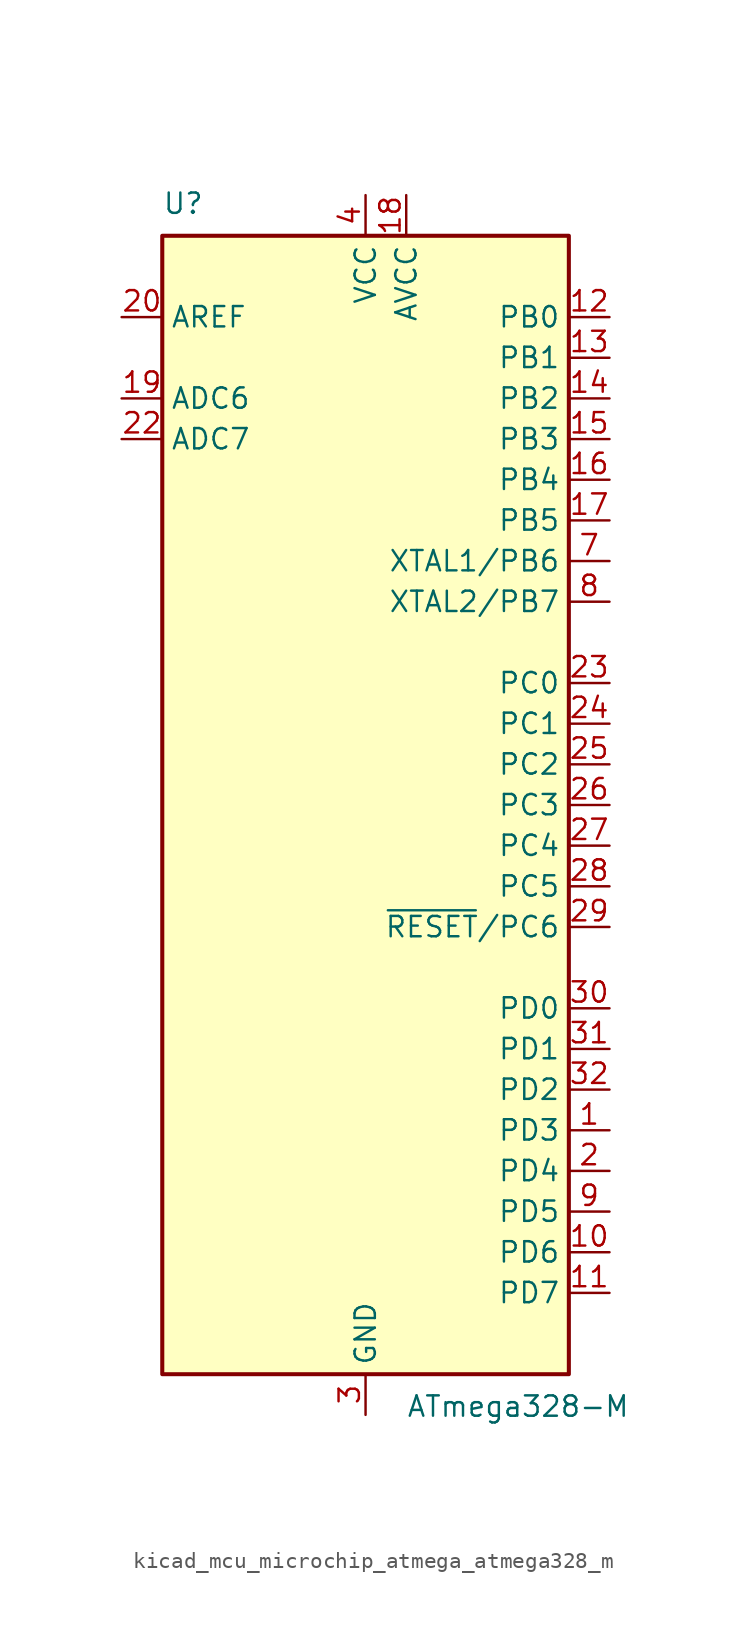
<source format=kicad_sym>
(kicad_symbol_lib
  (version 20220914)
  (generator kicad_symbol_editor)
  (symbol "kicad_mcu_microchip_atmega_atmega328_m"
    (property "Reference" "U"
      (at -12.7 36.83 0)
      (effects (font (size 1.27 1.27)) (justify left bottom)))
    (property "Value" "ATmega328-M"
      (at 2.54 -36.83 0)
      (effects (font (size 1.27 1.27)) (justify left top)))
    (symbol "kicad_mcu_microchip_atmega_atmega328_m_0_1"
      (rectangle (start -12.7 -35.56) (end 12.7 35.56) (stroke (width 0.254) (type default)) (fill (type background))))
    (symbol "kicad_mcu_microchip_atmega_atmega328_m_1_1"
      (pin bidirectional line (at 15.24 -20.32 180) (length 2.54) (name "PD3" (effects (font (size 1.27 1.27)))) (number "1" (effects (font (size 1.27 1.27)))))
      (pin bidirectional line (at 15.24 -27.94 180) (length 2.54) (name "PD6" (effects (font (size 1.27 1.27)))) (number "10" (effects (font (size 1.27 1.27)))))
      (pin bidirectional line (at 15.24 -30.48 180) (length 2.54) (name "PD7" (effects (font (size 1.27 1.27)))) (number "11" (effects (font (size 1.27 1.27)))))
      (pin bidirectional line (at 15.24 30.48 180) (length 2.54) (name "PB0" (effects (font (size 1.27 1.27)))) (number "12" (effects (font (size 1.27 1.27)))))
      (pin bidirectional line (at 15.24 27.94 180) (length 2.54) (name "PB1" (effects (font (size 1.27 1.27)))) (number "13" (effects (font (size 1.27 1.27)))))
      (pin bidirectional line (at 15.24 25.4 180) (length 2.54) (name "PB2" (effects (font (size 1.27 1.27)))) (number "14" (effects (font (size 1.27 1.27)))))
      (pin bidirectional line (at 15.24 22.86 180) (length 2.54) (name "PB3" (effects (font (size 1.27 1.27)))) (number "15" (effects (font (size 1.27 1.27)))))
      (pin bidirectional line (at 15.24 20.32 180) (length 2.54) (name "PB4" (effects (font (size 1.27 1.27)))) (number "16" (effects (font (size 1.27 1.27)))))
      (pin bidirectional line (at 15.24 17.78 180) (length 2.54) (name "PB5" (effects (font (size 1.27 1.27)))) (number "17" (effects (font (size 1.27 1.27)))))
      (pin power_in line (at 2.54 38.1 270) (length 2.54) (name "AVCC" (effects (font (size 1.27 1.27)))) (number "18" (effects (font (size 1.27 1.27)))))
      (pin input line (at -15.24 25.4 0) (length 2.54) (name "ADC6" (effects (font (size 1.27 1.27)))) (number "19" (effects (font (size 1.27 1.27)))))
      (pin bidirectional line (at 15.24 -22.86 180) (length 2.54) (name "PD4" (effects (font (size 1.27 1.27)))) (number "2" (effects (font (size 1.27 1.27)))))
      (pin passive line (at -15.24 30.48 0) (length 2.54) (name "AREF" (effects (font (size 1.27 1.27)))) (number "20" (effects (font (size 1.27 1.27)))))
      (pin passive line (at 0 -38.1 90) (length 2.54) hide (name "GND" (effects (font (size 1.27 1.27)))) (number "21" (effects (font (size 1.27 1.27)))))
      (pin input line (at -15.24 22.86 0) (length 2.54) (name "ADC7" (effects (font (size 1.27 1.27)))) (number "22" (effects (font (size 1.27 1.27)))))
      (pin bidirectional line (at 15.24 7.62 180) (length 2.54) (name "PC0" (effects (font (size 1.27 1.27)))) (number "23" (effects (font (size 1.27 1.27)))))
      (pin bidirectional line (at 15.24 5.08 180) (length 2.54) (name "PC1" (effects (font (size 1.27 1.27)))) (number "24" (effects (font (size 1.27 1.27)))))
      (pin bidirectional line (at 15.24 2.54 180) (length 2.54) (name "PC2" (effects (font (size 1.27 1.27)))) (number "25" (effects (font (size 1.27 1.27)))))
      (pin bidirectional line (at 15.24 0 180) (length 2.54) (name "PC3" (effects (font (size 1.27 1.27)))) (number "26" (effects (font (size 1.27 1.27)))))
      (pin bidirectional line (at 15.24 -2.54 180) (length 2.54) (name "PC4" (effects (font (size 1.27 1.27)))) (number "27" (effects (font (size 1.27 1.27)))))
      (pin bidirectional line (at 15.24 -5.08 180) (length 2.54) (name "PC5" (effects (font (size 1.27 1.27)))) (number "28" (effects (font (size 1.27 1.27)))))
      (pin bidirectional line (at 15.24 -7.62 180) (length 2.54) (name "~{RESET}/PC6" (effects (font (size 1.27 1.27)))) (number "29" (effects (font (size 1.27 1.27)))))
      (pin power_in line (at 0 -38.1 90) (length 2.54) (name "GND" (effects (font (size 1.27 1.27)))) (number "3" (effects (font (size 1.27 1.27)))))
      (pin bidirectional line (at 15.24 -12.7 180) (length 2.54) (name "PD0" (effects (font (size 1.27 1.27)))) (number "30" (effects (font (size 1.27 1.27)))))
      (pin bidirectional line (at 15.24 -15.24 180) (length 2.54) (name "PD1" (effects (font (size 1.27 1.27)))) (number "31" (effects (font (size 1.27 1.27)))))
      (pin bidirectional line (at 15.24 -17.78 180) (length 2.54) (name "PD2" (effects (font (size 1.27 1.27)))) (number "32" (effects (font (size 1.27 1.27)))))
      (pin passive line (at 0 -38.1 90) (length 2.54) hide (name "GND" (effects (font (size 1.27 1.27)))) (number "33" (effects (font (size 1.27 1.27)))))
      (pin power_in line (at 0 38.1 270) (length 2.54) (name "VCC" (effects (font (size 1.27 1.27)))) (number "4" (effects (font (size 1.27 1.27)))))
      (pin passive line (at 0 -38.1 90) (length 2.54) hide (name "GND" (effects (font (size 1.27 1.27)))) (number "5" (effects (font (size 1.27 1.27)))))
      (pin passive line (at 0 38.1 270) (length 2.54) hide (name "VCC" (effects (font (size 1.27 1.27)))) (number "6" (effects (font (size 1.27 1.27)))))
      (pin bidirectional line (at 15.24 15.24 180) (length 2.54) (name "XTAL1/PB6" (effects (font (size 1.27 1.27)))) (number "7" (effects (font (size 1.27 1.27)))))
      (pin bidirectional line (at 15.24 12.7 180) (length 2.54) (name "XTAL2/PB7" (effects (font (size 1.27 1.27)))) (number "8" (effects (font (size 1.27 1.27)))))
      (pin bidirectional line (at 15.24 -25.4 180) (length 2.54) (name "PD5" (effects (font (size 1.27 1.27)))) (number "9" (effects (font (size 1.27 1.27))))))))
</source>
